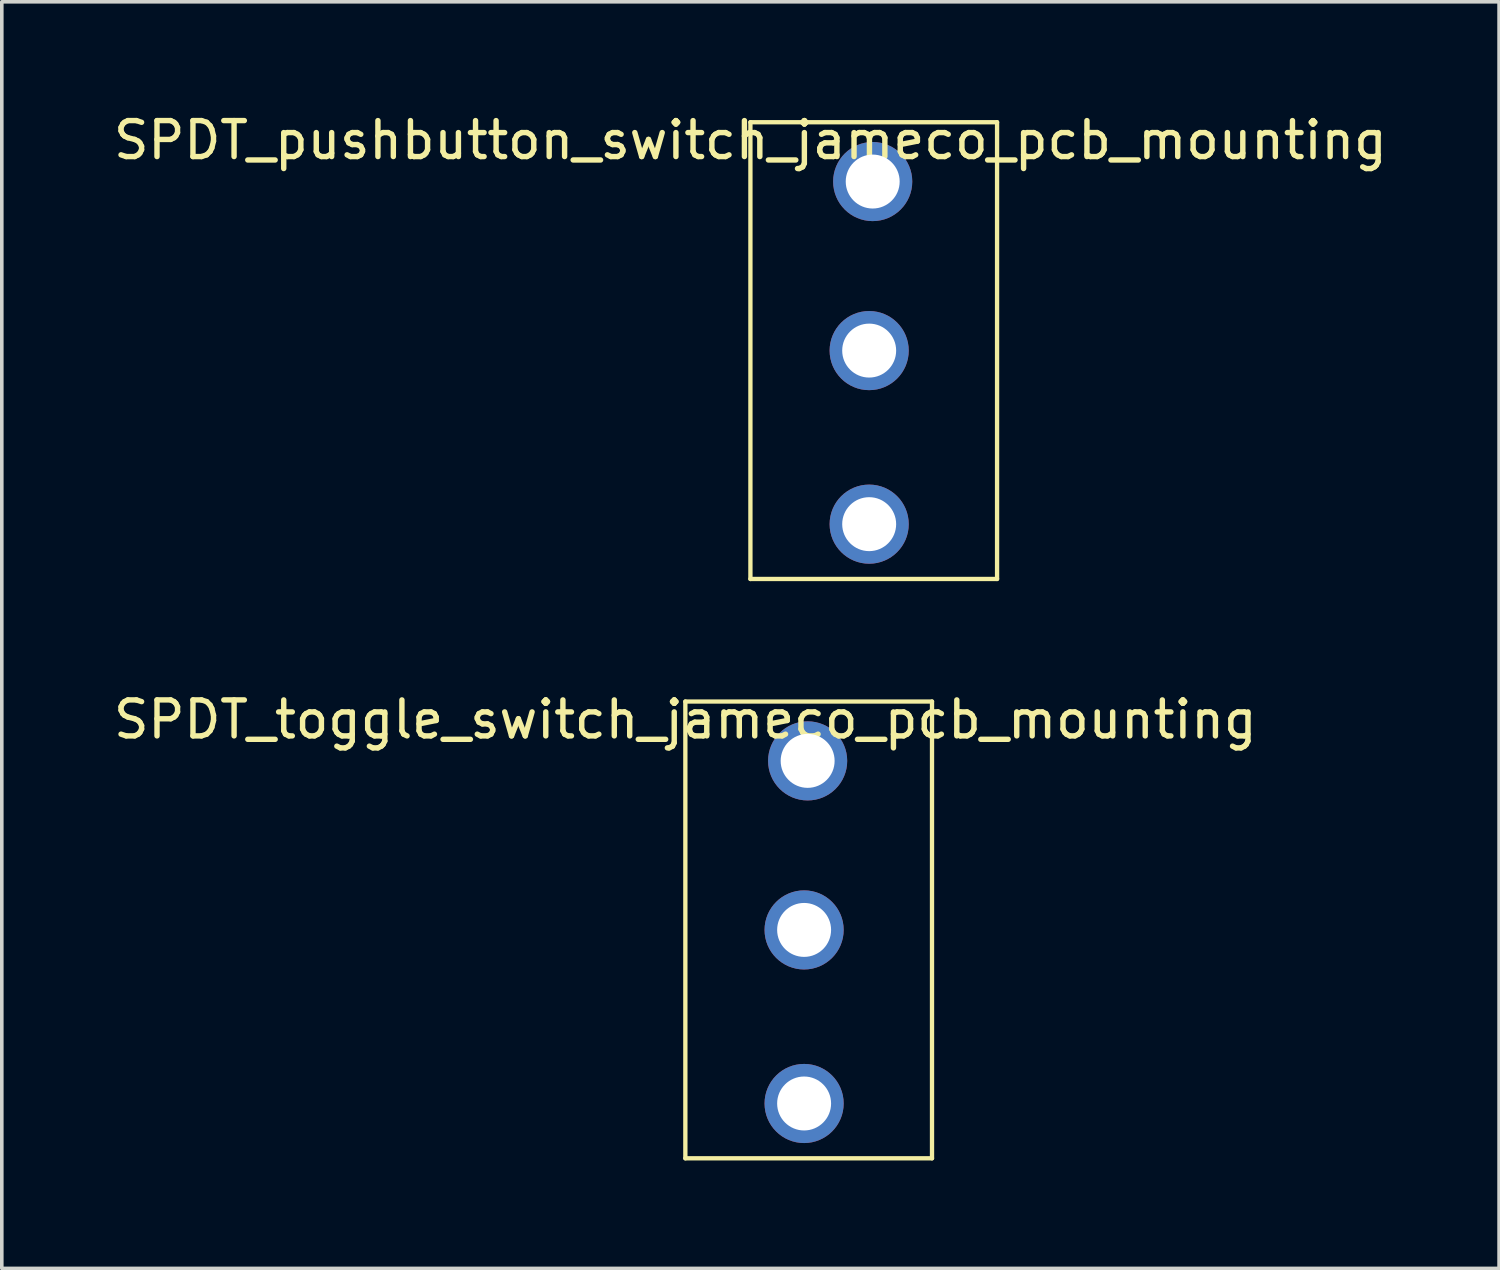
<source format=kicad_pcb>
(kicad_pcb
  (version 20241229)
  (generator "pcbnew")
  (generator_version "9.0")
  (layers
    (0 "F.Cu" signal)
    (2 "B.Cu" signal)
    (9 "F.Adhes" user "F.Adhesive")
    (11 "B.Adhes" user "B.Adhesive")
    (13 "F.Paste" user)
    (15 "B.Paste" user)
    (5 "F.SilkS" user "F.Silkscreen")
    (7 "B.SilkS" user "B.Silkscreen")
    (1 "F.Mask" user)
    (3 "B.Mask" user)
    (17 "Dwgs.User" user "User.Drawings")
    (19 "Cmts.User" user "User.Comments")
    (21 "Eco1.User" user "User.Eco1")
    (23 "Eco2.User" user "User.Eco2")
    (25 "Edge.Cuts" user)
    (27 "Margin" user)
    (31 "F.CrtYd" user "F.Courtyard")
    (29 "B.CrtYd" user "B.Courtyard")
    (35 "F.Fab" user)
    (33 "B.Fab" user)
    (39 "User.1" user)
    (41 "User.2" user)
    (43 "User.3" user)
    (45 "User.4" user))
  (footprint "SPDT_toggle_switch_jameco_pcb_mounting"
    (layer "F.Cu")
    (at 16.006 16.456)
    (property "Reference" "SPDT_toggle_switch_jameco_pcb_mounting" (at 0 0.5 0) (layer "F.SilkS") (effects (font (size 1 1) (thickness 0.15))))
    (attr through_hole)
    (fp_line (start 0 0) (end 6.858 0) (stroke (width 0.12) (type solid)) (layer "F.SilkS"))
    (fp_line (start 0 12.7) (end 0 0) (stroke (width 0.12) (type solid)) (layer "F.SilkS"))
    (fp_line (start 6.858 0) (end 6.858 12.7) (stroke (width 0.12) (type solid)) (layer "F.SilkS"))
    (fp_line (start 6.858 12.7) (end 0 12.7) (stroke (width 0.12) (type solid)) (layer "F.SilkS"))
    (pad "1" thru_hole circle (at 3.4 1.65) (size 2.2 2.2) (drill 1.5) (layers "*.Cu" "*.Mask"))
    (pad "2" thru_hole circle (at 3.302 6.35) (size 2.2 2.2) (drill 1.5) (layers "*.Cu" "*.Mask"))
    (pad "3" thru_hole circle (at 3.302 11.176) (size 2.2 2.2) (drill 1.5) (layers "*.Cu" "*.Mask")))
  (footprint "SPDT_pushbutton_switch_jameco_pcb_mounting"
    (layer "F.Cu")
    (at 17.815 0.348)
    (property "Reference" "SPDT_pushbutton_switch_jameco_pcb_mounting" (at 0 0.5 0) (layer "F.SilkS") (effects (font (size 1 1) (thickness 0.15))))
    (attr through_hole)
    (fp_line (start 0 0) (end 6.858 0) (stroke (width 0.12) (type solid)) (layer "F.SilkS"))
    (fp_line (start 0 12.7) (end 0 0) (stroke (width 0.12) (type solid)) (layer "F.SilkS"))
    (fp_line (start 6.858 0) (end 6.858 12.7) (stroke (width 0.12) (type solid)) (layer "F.SilkS"))
    (fp_line (start 6.858 12.7) (end 0 12.7) (stroke (width 0.12) (type solid)) (layer "F.SilkS"))
    (pad "1" thru_hole circle (at 3.4 1.65) (size 2.2 2.2) (drill 1.5) (layers "*.Cu" "*.Mask"))
    (pad "2" thru_hole circle (at 3.302 11.176) (size 2.2 2.2) (drill 1.5) (layers "*.Cu" "*.Mask"))
    (pad "3" thru_hole circle (at 3.302 6.35) (size 2.2 2.2) (drill 1.5) (layers "*.Cu" "*.Mask")))
  (gr_rect
    (start -3 -3)
    (end 38.631 32.217)
    (stroke (width 0.1) (type default))
    (fill no)
    (layer "Edge.Cuts")))
</source>
